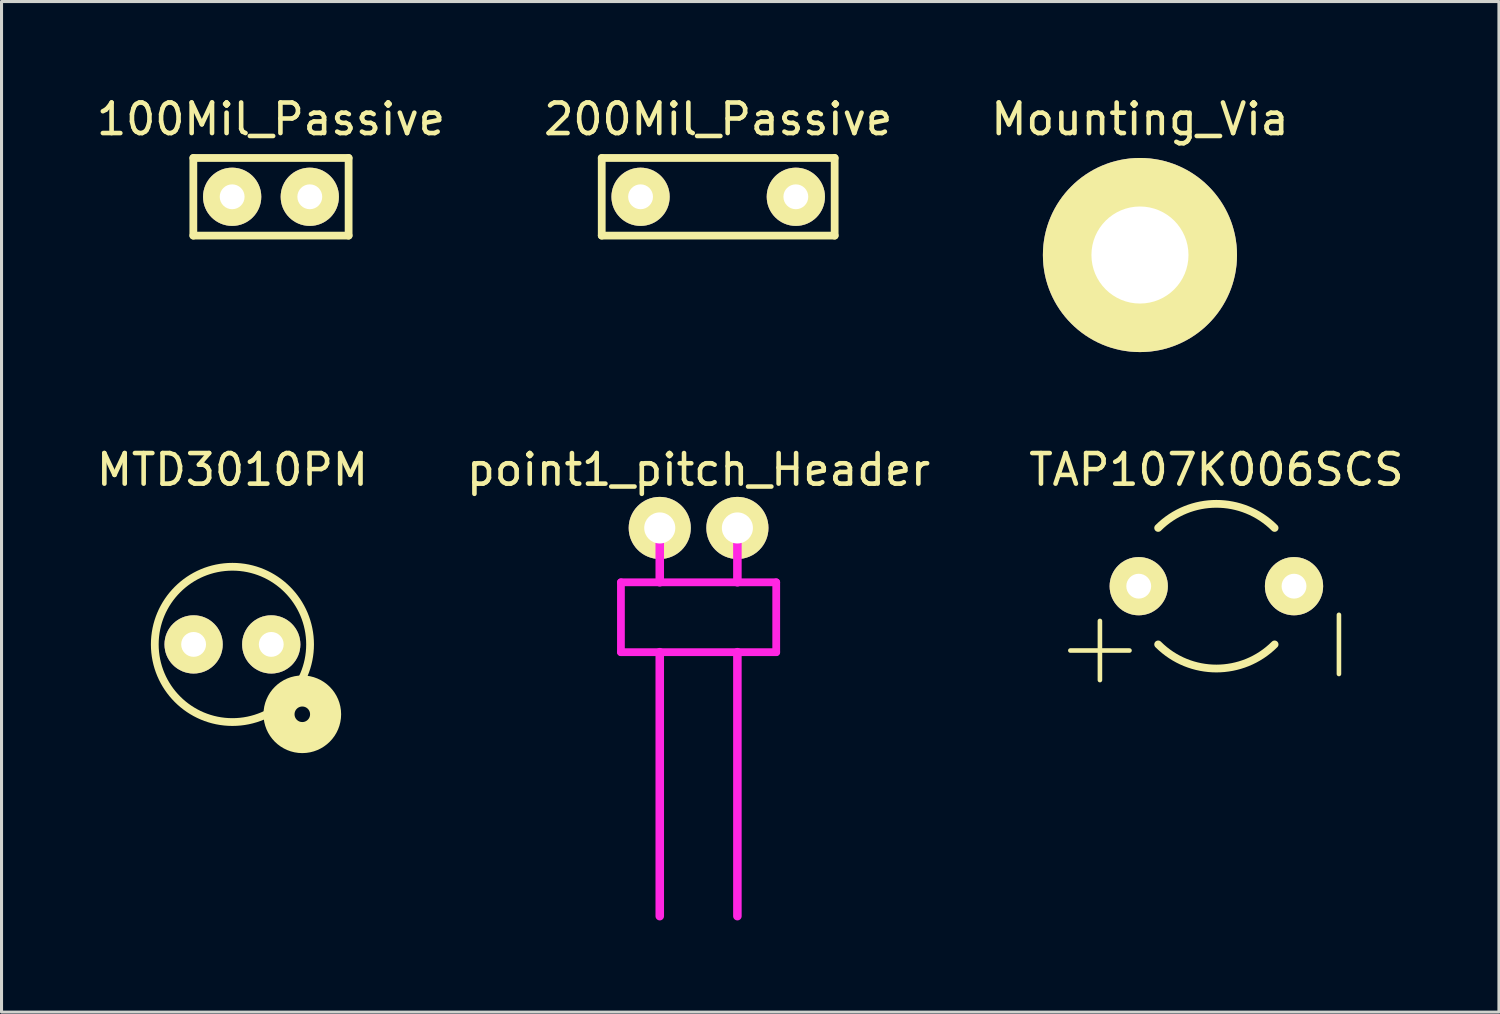
<source format=kicad_pcb>
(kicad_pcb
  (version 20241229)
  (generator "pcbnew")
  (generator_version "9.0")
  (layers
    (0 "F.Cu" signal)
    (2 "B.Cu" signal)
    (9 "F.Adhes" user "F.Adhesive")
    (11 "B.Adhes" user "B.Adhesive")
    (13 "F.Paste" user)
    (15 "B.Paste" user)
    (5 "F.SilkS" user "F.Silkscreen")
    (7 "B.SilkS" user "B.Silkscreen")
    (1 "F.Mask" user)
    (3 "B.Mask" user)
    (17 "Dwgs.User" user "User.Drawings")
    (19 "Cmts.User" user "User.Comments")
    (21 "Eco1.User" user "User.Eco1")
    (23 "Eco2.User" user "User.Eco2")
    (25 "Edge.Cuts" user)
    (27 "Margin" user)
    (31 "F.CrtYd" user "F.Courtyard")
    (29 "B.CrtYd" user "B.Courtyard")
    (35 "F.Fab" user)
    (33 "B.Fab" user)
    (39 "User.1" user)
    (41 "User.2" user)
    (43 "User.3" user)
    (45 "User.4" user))
  (footprint "point1_pitch_Header"
    (layer "F.Cu")
    (at 19.804 14.222)
    (property "Reference" "point1_pitch_Header" (at 0 -1.905 0) (layer "F.SilkS") (effects (font (size 1 1) (thickness 0.15))))
    (attr through_hole)
    (fp_line (start -2.54 1.778) (end 2.54 1.778) (stroke (width 0.254) (type solid)) (layer "F.CrtYd"))
    (fp_line (start -2.54 4.064) (end -2.54 1.778) (stroke (width 0.254) (type solid)) (layer "F.CrtYd"))
    (fp_line (start -1.27 1.778) (end -1.27 0) (stroke (width 0.279) (type solid)) (layer "F.CrtYd"))
    (fp_line (start -1.27 4.064) (end -1.27 12.7) (stroke (width 0.279) (type solid)) (layer "F.CrtYd"))
    (fp_line (start 1.27 1.778) (end 1.27 0) (stroke (width 0.279) (type solid)) (layer "F.CrtYd"))
    (fp_line (start 1.27 4.064) (end 1.27 12.7) (stroke (width 0.279) (type solid)) (layer "F.CrtYd"))
    (fp_line (start 2.54 1.778) (end 2.54 4.064) (stroke (width 0.254) (type solid)) (layer "F.CrtYd"))
    (fp_line (start 2.54 4.064) (end -2.54 4.064) (stroke (width 0.254) (type solid)) (layer "F.CrtYd"))
    (pad "1" thru_hole circle (at -1.27 0) (size 2.032 2.032) (drill 1.016) (layers "*.Cu" "*.Mask" "F.SilkS"))
    (pad "2" thru_hole circle (at 1.27 0) (size 2.032 2.032) (drill 1.016) (layers "*.Cu" "*.Mask" "F.SilkS")))
  (footprint "100Mil_Passive"
    (layer "F.Cu")
    (at 5.815 3.388)
    (property "Reference" "100Mil_Passive" (at 0 -2.54 0) (layer "F.SilkS") (effects (font (size 1 1) (thickness 0.15))))
    (attr through_hole)
    (fp_line (start -2.54 -1.27) (end -2.54 1.27) (stroke (width 0.254) (type solid)) (layer "F.SilkS"))
    (fp_line (start -2.54 1.27) (end 2.54 1.27) (stroke (width 0.254) (type solid)) (layer "F.SilkS"))
    (fp_line (start 2.54 -1.27) (end -2.54 -1.27) (stroke (width 0.254) (type solid)) (layer "F.SilkS"))
    (fp_line (start 2.54 1.27) (end 2.54 -1.27) (stroke (width 0.254) (type solid)) (layer "F.SilkS"))
    (pad "1" thru_hole circle (at -1.27 0) (size 1.905 1.905) (drill 0.813) (layers "*.Cu" "*.Mask" "F.SilkS"))
    (pad "2" thru_hole circle (at 1.27 0) (size 1.905 1.905) (drill 0.813) (layers "*.Cu" "*.Mask" "F.SilkS")))
  (footprint "200Mil_Passive"
    (layer "F.Cu")
    (at 20.446 3.388)
    (property "Reference" "200Mil_Passive" (at 0 -2.54 0) (layer "F.SilkS") (effects (font (size 1 1) (thickness 0.15))))
    (attr through_hole)
    (fp_line (start -3.81 -1.27) (end -3.81 1.27) (stroke (width 0.254) (type solid)) (layer "F.SilkS"))
    (fp_line (start -3.81 1.27) (end 3.81 1.27) (stroke (width 0.254) (type solid)) (layer "F.SilkS"))
    (fp_line (start 3.81 -1.27) (end -3.81 -1.27) (stroke (width 0.254) (type solid)) (layer "F.SilkS"))
    (fp_line (start 3.81 1.27) (end 3.81 -1.27) (stroke (width 0.254) (type solid)) (layer "F.SilkS"))
    (pad "1" thru_hole circle (at -2.54 0) (size 1.905 1.905) (drill 0.813) (layers "*.Cu" "*.Mask" "F.SilkS"))
    (pad "2" thru_hole circle (at 2.54 0) (size 1.905 1.905) (drill 0.813) (layers "*.Cu" "*.Mask" "F.SilkS")))
  (footprint "MTD3010PM"
    (layer "F.Cu")
    (at 4.554 18.032)
    (property "Reference" "MTD3010PM" (at 0 -5.715 0) (layer "F.SilkS") (effects (font (size 1 1) (thickness 0.15))))
    (attr through_hole)
    (fp_circle (center 0 0) (end 2.54 0) (stroke (width 0.254) (type solid)) (fill no) (layer "F.SilkS"))
    (fp_circle (center 2.286 2.286) (end 2.54 2.286) (stroke (width 1.016) (type solid)) (fill no) (layer "F.SilkS"))
    (pad "1" thru_hole circle (at -1.27 0) (size 1.905 1.905) (drill 0.813) (layers "*.Cu" "*.Mask" "F.SilkS"))
    (pad "2" thru_hole circle (at 1.27 0) (size 1.905 1.905) (drill 0.813) (layers "*.Cu" "*.Mask" "F.SilkS")))
  (footprint "Mounting_Via"
    (layer "F.Cu")
    (at 34.244 5.293)
    (property "Reference" "Mounting_Via" (at 0 -4.445 0) (layer "F.SilkS") (effects (font (size 1 1) (thickness 0.15))))
    (attr through_hole)
    (pad "1" thru_hole circle (at 0 0) (size 6.35 6.35) (drill 3.175) (layers "*.Cu" "*.Mask" "F.SilkS")))
  (footprint "TAP107K006SCS"
    (layer "F.Cu")
    (at 36.744 16.127)
    (property "Reference" "TAP107K006SCS" (at 0 -3.81 0) (layer "F.SilkS") (effects (font (size 1 1) (thickness 0.15))))
    (attr through_hole)
    (fp_arc (start -1.905 -1.905) (mid 0 -2.694077) (end 1.905 -1.905) (stroke (width 0.254) (type solid)) (layer "F.SilkS"))
    (fp_arc (start 1.905 1.905) (mid 0 2.694077) (end -1.905 1.905) (stroke (width 0.254) (type solid)) (layer "F.SilkS"))
    (fp_text user "+" (at -3.81 1.905 0) (layer "F.SilkS") (effects (font (size 2.54 2.54) (thickness 0.15))))
    (fp_text user "-" (at 3.81 1.905 90) (layer "F.SilkS") (effects (font (size 2.54 2.54) (thickness 0.15))))
    (pad "1" thru_hole circle (at -2.54 0) (size 1.905 1.905) (drill 0.813) (layers "*.Cu" "*.Mask" "F.SilkS"))
    (pad "2" thru_hole circle (at 2.54 0) (size 1.905 1.905) (drill 0.813) (layers "*.Cu" "*.Mask" "F.SilkS")))
  (gr_rect
    (start -3 -3)
    (end 45.988 30.061)
    (stroke (width 0.1) (type default))
    (fill no)
    (layer "Edge.Cuts")))
</source>
